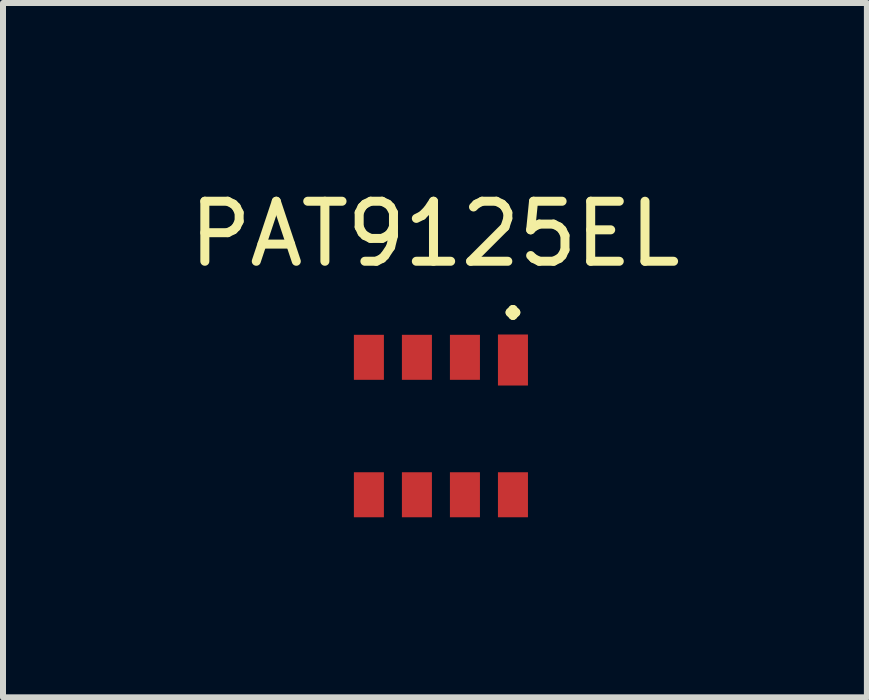
<source format=kicad_pcb>
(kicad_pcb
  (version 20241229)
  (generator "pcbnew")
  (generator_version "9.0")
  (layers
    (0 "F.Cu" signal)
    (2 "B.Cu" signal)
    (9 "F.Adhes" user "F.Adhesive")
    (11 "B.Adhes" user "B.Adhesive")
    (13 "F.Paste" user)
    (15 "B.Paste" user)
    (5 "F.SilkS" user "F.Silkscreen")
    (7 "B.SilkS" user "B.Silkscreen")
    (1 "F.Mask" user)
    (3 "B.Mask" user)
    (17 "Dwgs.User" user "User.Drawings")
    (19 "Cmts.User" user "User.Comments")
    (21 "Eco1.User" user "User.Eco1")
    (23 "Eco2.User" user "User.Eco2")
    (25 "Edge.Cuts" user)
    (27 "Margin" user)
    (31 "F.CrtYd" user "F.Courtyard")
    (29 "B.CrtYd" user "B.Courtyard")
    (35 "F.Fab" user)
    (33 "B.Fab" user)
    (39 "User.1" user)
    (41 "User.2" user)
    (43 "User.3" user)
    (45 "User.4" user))
  (footprint "PAT9125EL"
    (layer "F.Cu")
    (at 4.296 4.048)
    (property "Reference" "PAT9125EL" (at -0.1 -3.2 0) (layer "F.SilkS") (effects (font (size 1 1) (thickness 0.15))))
    (attr through_hole)
    (fp_text user "." (at 1.2 -2.3 0) (layer "F.SilkS") (effects (font (size 1 1) (thickness 0.15))))
    (pad "1" smd rect (at 1.2 -1.1 180) (size 0.5 0.85) (layers "F.Cu" "F.Mask" "F.Paste"))
    (pad "2" smd rect (at 0.4 -1.145 180) (size 0.5 0.75) (layers "F.Cu" "F.Mask" "F.Paste"))
    (pad "3" smd rect (at -0.4 -1.145 180) (size 0.5 0.75) (layers "F.Cu" "F.Mask" "F.Paste"))
    (pad "4" smd rect (at -1.2 -1.145 180) (size 0.5 0.75) (layers "F.Cu" "F.Mask" "F.Paste"))
    (pad "5" smd rect (at -1.2 1.145 180) (size 0.5 0.75) (layers "F.Cu" "F.Mask" "F.Paste"))
    (pad "6" smd rect (at -0.4 1.145 180) (size 0.5 0.75) (layers "F.Cu" "F.Mask" "F.Paste"))
    (pad "7" smd rect (at 0.4 1.145 180) (size 0.5 0.75) (layers "F.Cu" "F.Mask" "F.Paste"))
    (pad "8" smd rect (at 1.2 1.145 180) (size 0.5 0.75) (layers "F.Cu" "F.Mask" "F.Paste")))
  (gr_rect
    (start -3 -3)
    (end 11.393 8.568)
    (stroke (width 0.1) (type default))
    (fill no)
    (layer "Edge.Cuts")))
</source>
